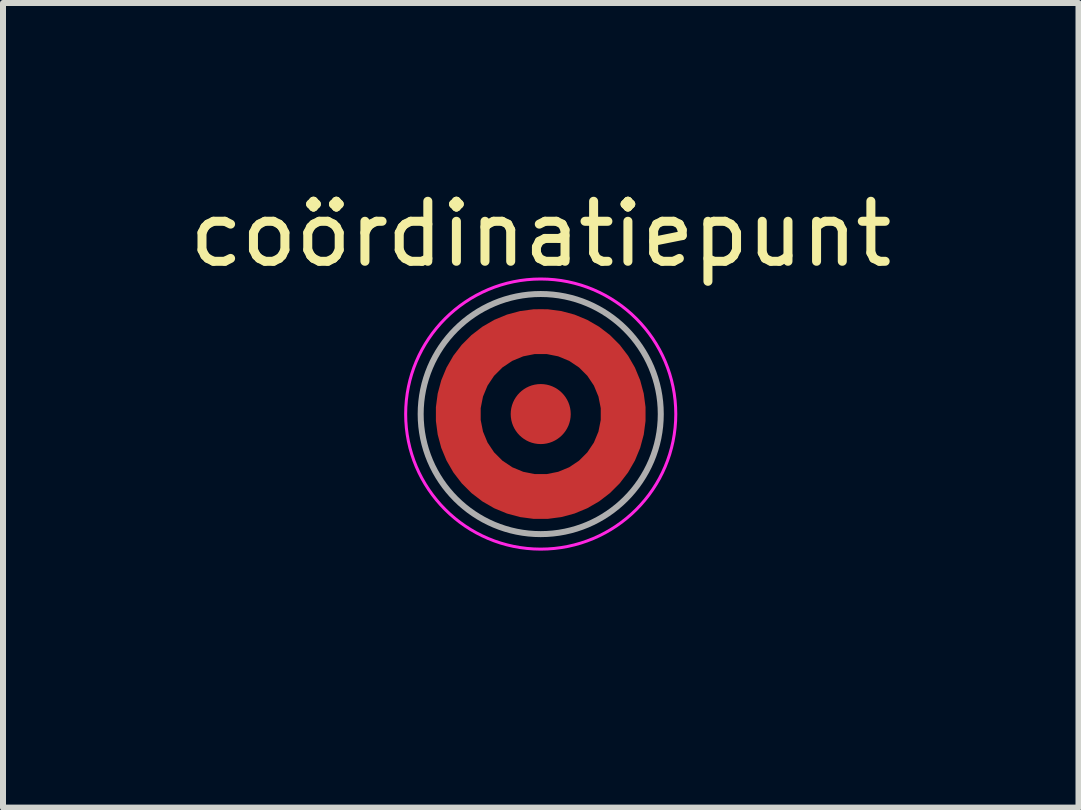
<source format=kicad_pcb>
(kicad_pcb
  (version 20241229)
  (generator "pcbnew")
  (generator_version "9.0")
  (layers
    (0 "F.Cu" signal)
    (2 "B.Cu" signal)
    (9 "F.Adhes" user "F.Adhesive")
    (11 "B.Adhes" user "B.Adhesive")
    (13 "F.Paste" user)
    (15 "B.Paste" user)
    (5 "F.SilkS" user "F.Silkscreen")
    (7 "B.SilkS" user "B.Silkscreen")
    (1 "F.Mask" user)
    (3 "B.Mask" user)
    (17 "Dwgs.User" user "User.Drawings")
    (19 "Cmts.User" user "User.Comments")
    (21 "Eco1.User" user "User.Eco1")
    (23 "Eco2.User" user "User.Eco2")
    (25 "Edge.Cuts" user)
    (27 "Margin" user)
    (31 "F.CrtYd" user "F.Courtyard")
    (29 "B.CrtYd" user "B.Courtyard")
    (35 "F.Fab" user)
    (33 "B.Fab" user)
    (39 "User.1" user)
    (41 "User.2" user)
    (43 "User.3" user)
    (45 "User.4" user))
  (footprint "coördinatiepunt"
    (layer "F.Cu")
    (at 5.958 3.848)
    (property "Reference" "coördinatiepunt" (at 0 -3 0) (layer "F.SilkS") (effects (font (size 1 1) (thickness 0.15))))
    (attr smd)
    (fp_circle (center 0 0) (end 2.25 0) (stroke (width 0.05) (type solid)) (fill no) (layer "F.CrtYd"))
    (fp_circle (center 0 0) (end 2 0) (stroke (width 0.1) (type solid)) (fill no) (layer "F.Fab"))
    (pad "1" smd custom (at 0 -1.375) (size 0.75 0.75) (layers "F.Cu" "F.Mask" "F.Paste") (options (anchor circle)) (primitives (gr_circle (center 0 1.375) (end 1.375 1.375) (width 0.75) (fill no))))
    (pad "2" smd circle (at 0 0) (size 1 1) (layers "F.Cu" "F.Mask" "F.Paste"))
    (zone (net_name "") (layers "F.Cu" "B.Cu") (name "KEEPOUT") (hatch full 0.508) (connect_pads) (min_thickness 0.254) (filled_areas_thickness no) (keepout (tracks not_allowed) (vias not_allowed) (pads not_allowed) (copperpour not_allowed) (footprints allowed)) (placement (enabled no)) (fill) (polygon (pts (xy 9.514 7.404) (xy 2.402 7.404) (xy 2.402 0.292) (xy 9.514 0.292)))))
  (gr_rect
    (start -3 -3)
    (end 14.917 10.404)
    (stroke (width 0.1) (type default))
    (fill no)
    (layer "Edge.Cuts")))
</source>
